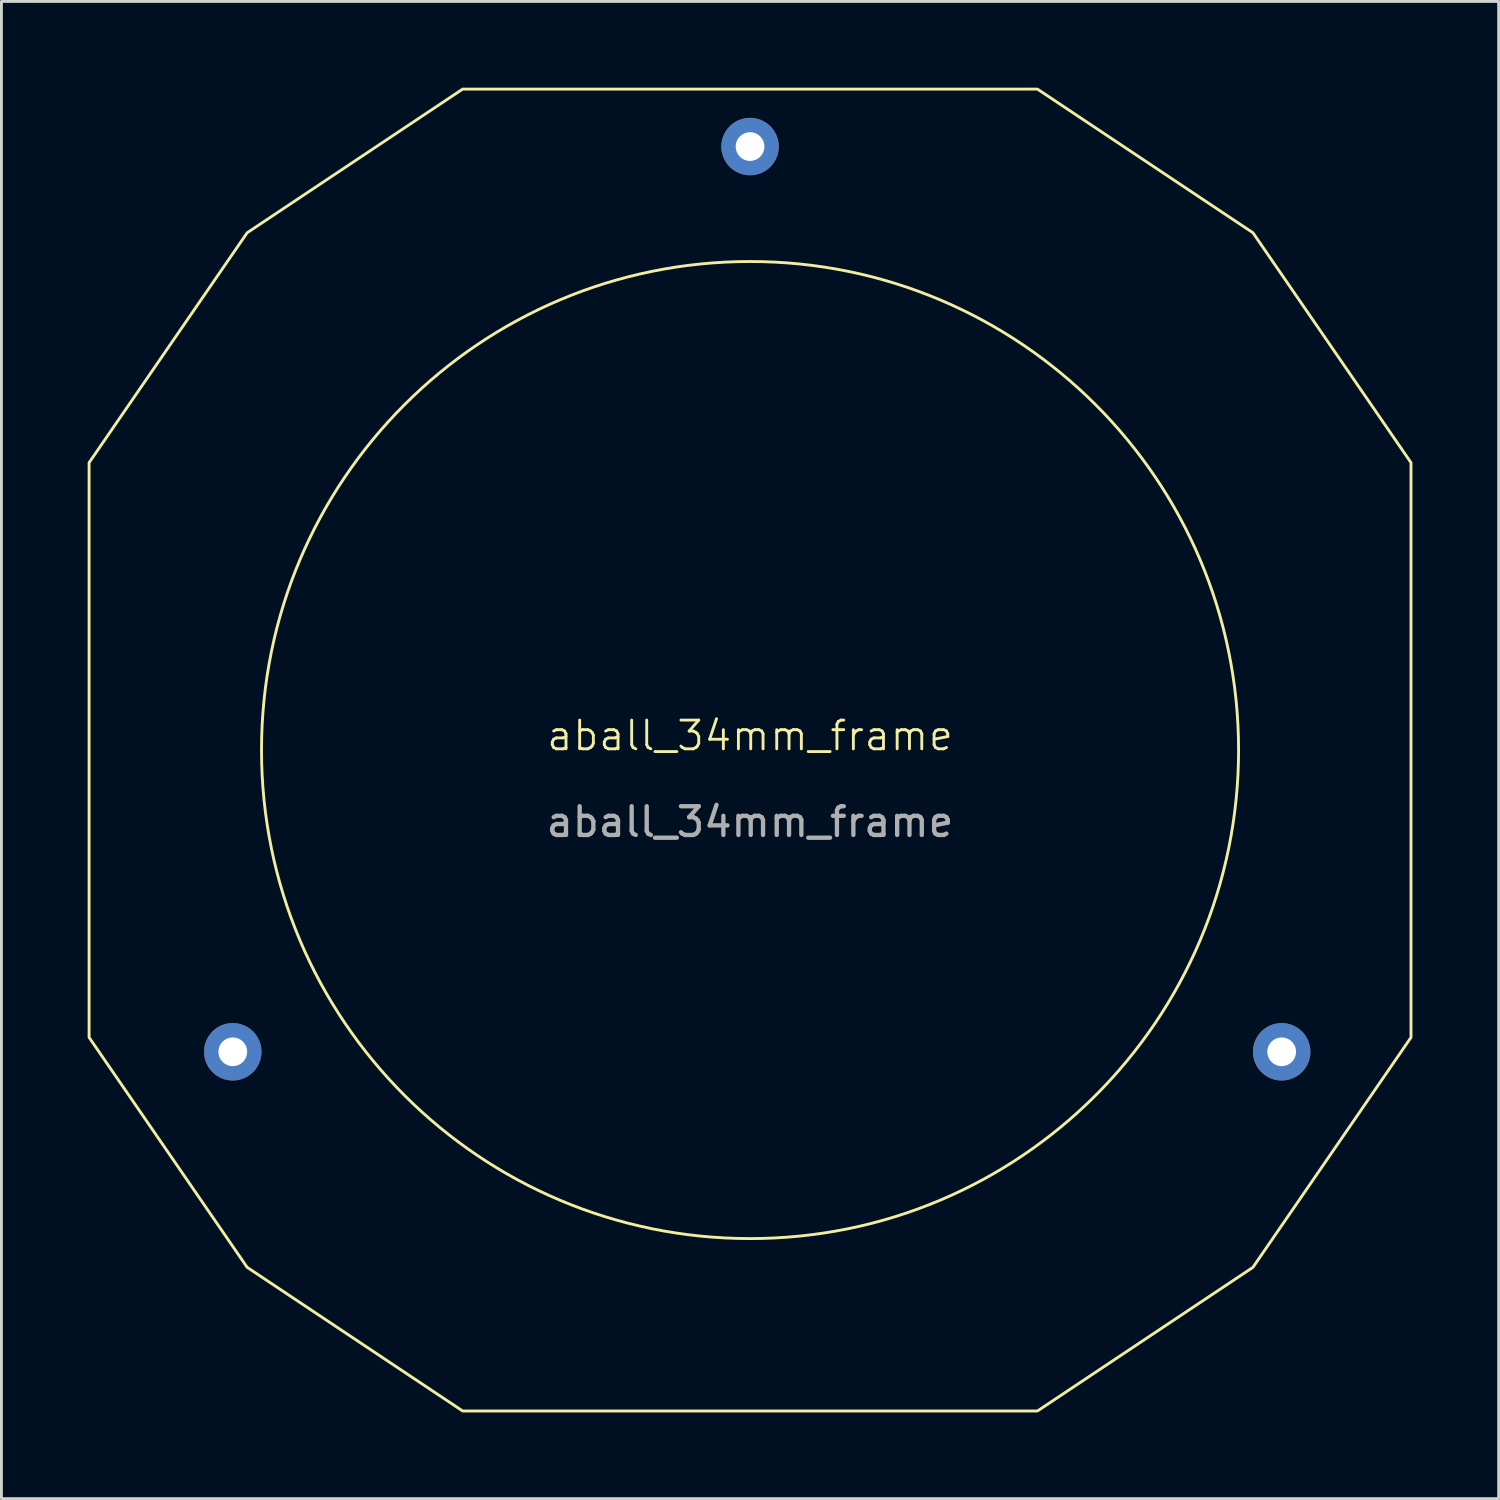
<source format=kicad_pcb>
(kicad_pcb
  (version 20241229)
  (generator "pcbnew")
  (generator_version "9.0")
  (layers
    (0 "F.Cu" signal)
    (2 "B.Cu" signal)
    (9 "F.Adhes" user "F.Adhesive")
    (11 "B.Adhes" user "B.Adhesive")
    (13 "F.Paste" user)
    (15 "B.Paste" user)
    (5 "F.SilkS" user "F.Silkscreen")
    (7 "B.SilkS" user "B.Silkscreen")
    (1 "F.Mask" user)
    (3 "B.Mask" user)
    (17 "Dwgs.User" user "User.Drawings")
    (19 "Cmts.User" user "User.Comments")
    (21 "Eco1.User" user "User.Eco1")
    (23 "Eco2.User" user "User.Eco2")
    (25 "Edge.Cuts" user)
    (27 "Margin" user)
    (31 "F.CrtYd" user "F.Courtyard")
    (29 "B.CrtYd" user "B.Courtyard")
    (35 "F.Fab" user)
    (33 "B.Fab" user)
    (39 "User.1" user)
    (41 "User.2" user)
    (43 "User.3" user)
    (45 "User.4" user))
  (footprint "aball_34mm_frame"
    (layer "F.Cu")
    (at 23.05 23.05)
    (property "Reference" "aball_34mm_frame" (at 0 -0.5 0) (unlocked yes) (layer "F.SilkS") (effects (font (size 1 1) (thickness 0.1))))
    (attr smd)
    (fp_circle (center 0 0) (end 17 0) (stroke (width 0.1) (type default)) (fill no) (layer "F.SilkS"))
    (fp_poly (pts (xy -23 -10) (xy -17.5 -18) (xy -10 -23) (xy 10 -23) (xy 17.5 -18) (xy 23 -10) (xy 23 10) (xy 17.5 18) (xy 10 23) (xy -10 23) (xy -17.5 18) (xy -23 10)) (stroke (width 0.1) (type solid)) (fill no) (layer "F.SilkS"))
    (fp_text user "${REFERENCE}" (at 0 2.5 0) (unlocked yes) (layer "F.Fab") (effects (font (size 1 1) (thickness 0.15))))
    (pad "" np_thru_hole circle (at -18 10.5) (size 2 2) (drill 1) (layers "*.Cu" "*.Mask"))
    (pad "" np_thru_hole circle (at 0 -21) (size 2 2) (drill 1) (layers "*.Cu" "*.Mask"))
    (pad "" np_thru_hole circle (at 18.5 10.5) (size 2 2) (drill 1) (layers "*.Cu" "*.Mask")))
  (gr_rect
    (start -3 -3)
    (end 49.1 49.1)
    (stroke (width 0.1) (type default))
    (fill no)
    (layer "Edge.Cuts")))
</source>
